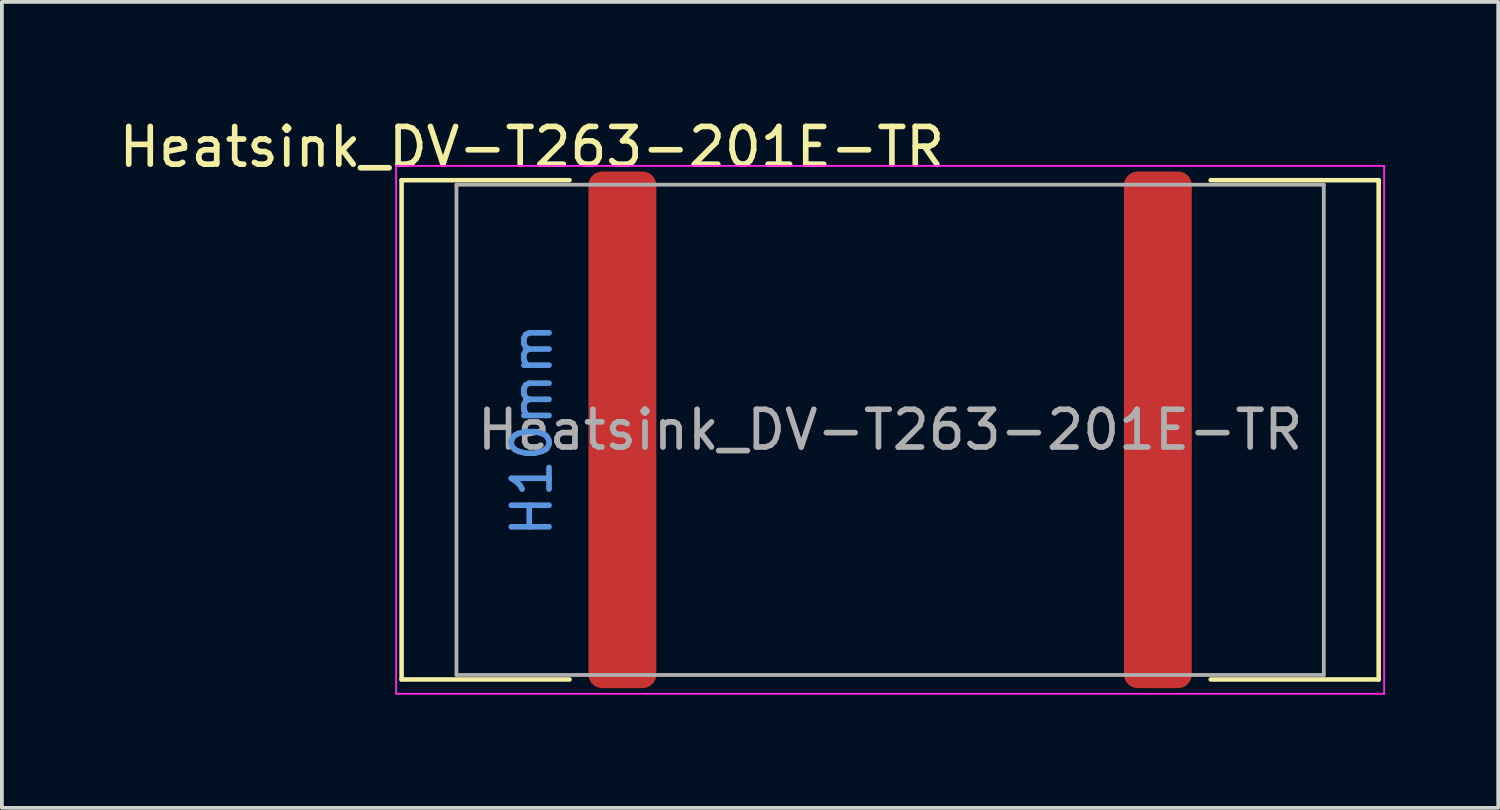
<source format=kicad_pcb>
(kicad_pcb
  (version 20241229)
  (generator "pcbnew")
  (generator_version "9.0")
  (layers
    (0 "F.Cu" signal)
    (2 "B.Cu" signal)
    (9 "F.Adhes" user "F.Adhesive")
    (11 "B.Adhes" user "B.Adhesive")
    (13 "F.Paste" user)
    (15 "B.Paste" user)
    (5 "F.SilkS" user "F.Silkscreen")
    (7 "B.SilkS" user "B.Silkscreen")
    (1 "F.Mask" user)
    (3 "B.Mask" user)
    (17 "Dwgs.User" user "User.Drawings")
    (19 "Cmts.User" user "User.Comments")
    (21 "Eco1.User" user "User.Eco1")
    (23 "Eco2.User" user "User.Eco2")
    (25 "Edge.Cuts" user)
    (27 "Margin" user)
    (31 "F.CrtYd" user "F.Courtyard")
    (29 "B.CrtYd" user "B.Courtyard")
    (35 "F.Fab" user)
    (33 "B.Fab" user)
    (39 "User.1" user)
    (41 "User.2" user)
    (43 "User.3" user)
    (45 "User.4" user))
  (footprint "Heatsink_DV-T263-201E-TR"
    (layer "F.Cu")
    (at 20.554 8.348)
    (property "Reference" "Heatsink_DV-T263-201E-TR" (at -9.5 -7.5 180) (layer "F.SilkS") (effects (font (size 1 1) (thickness 0.15))))
    (attr smd exclude_from_bom allow_missing_courtyard dnp)
    (fp_line (start -12.955 -6.62) (end -8.5 -6.62) (stroke (width 0.12) (type solid)) (layer "F.SilkS"))
    (fp_line (start -12.955 6.62) (end -12.955 -6.62) (stroke (width 0.12) (type solid)) (layer "F.SilkS"))
    (fp_line (start -12.955 6.62) (end -8.5 6.62) (stroke (width 0.12) (type solid)) (layer "F.SilkS"))
    (fp_line (start 8.5 -6.62) (end 12.955 -6.62) (stroke (width 0.12) (type solid)) (layer "F.SilkS"))
    (fp_line (start 8.5 6.62) (end 12.955 6.62) (stroke (width 0.12) (type solid)) (layer "F.SilkS"))
    (fp_line (start 12.955 -6.62) (end 12.955 6.62) (stroke (width 0.12) (type solid)) (layer "F.SilkS"))
    (fp_line (start -13.1 -7) (end -13.1 7) (stroke (width 0.05) (type solid)) (layer "F.CrtYd"))
    (fp_line (start -13.1 -7) (end 13.1 -7) (stroke (width 0.05) (type solid)) (layer "F.CrtYd"))
    (fp_line (start -13.1 7) (end 13.1 7) (stroke (width 0.05) (type solid)) (layer "F.CrtYd"))
    (fp_line (start 13.1 7) (end 13.1 -7) (stroke (width 0.05) (type solid)) (layer "F.CrtYd"))
    (fp_line (start -11.5 -6.5) (end 11.5 -6.5) (stroke (width 0.1) (type solid)) (layer "F.Fab"))
    (fp_line (start -11.5 6.5) (end -11.5 -6.5) (stroke (width 0.1) (type solid)) (layer "F.Fab"))
    (fp_line (start 11.5 -6.5) (end 11.5 6.5) (stroke (width 0.1) (type solid)) (layer "F.Fab"))
    (fp_line (start 11.5 6.5) (end -11.5 6.5) (stroke (width 0.1) (type solid)) (layer "F.Fab"))
    (fp_text user "H10mm" (at -9.5 0 90) (layer "Cmts.User") (effects (font (size 1 1) (thickness 0.15))))
    (fp_text user "${REFERENCE}" (at 0 0 0) (layer "F.Fab") (effects (font (size 1 1) (thickness 0.15))))
    (pad "1" smd roundrect (at -7.1 0 180) (size 1.8 13.7) (layers "F.Cu" "F.Mask" "F.Paste") (roundrect_rratio 0.2))
    (pad "1" smd roundrect (at 7.1 0) (size 1.8 13.7) (layers "F.Cu" "F.Mask" "F.Paste") (roundrect_rratio 0.2)))
  (gr_rect
    (start -3 -3)
    (end 36.679 18.373)
    (stroke (width 0.1) (type default))
    (fill no)
    (layer "Edge.Cuts")))
</source>
